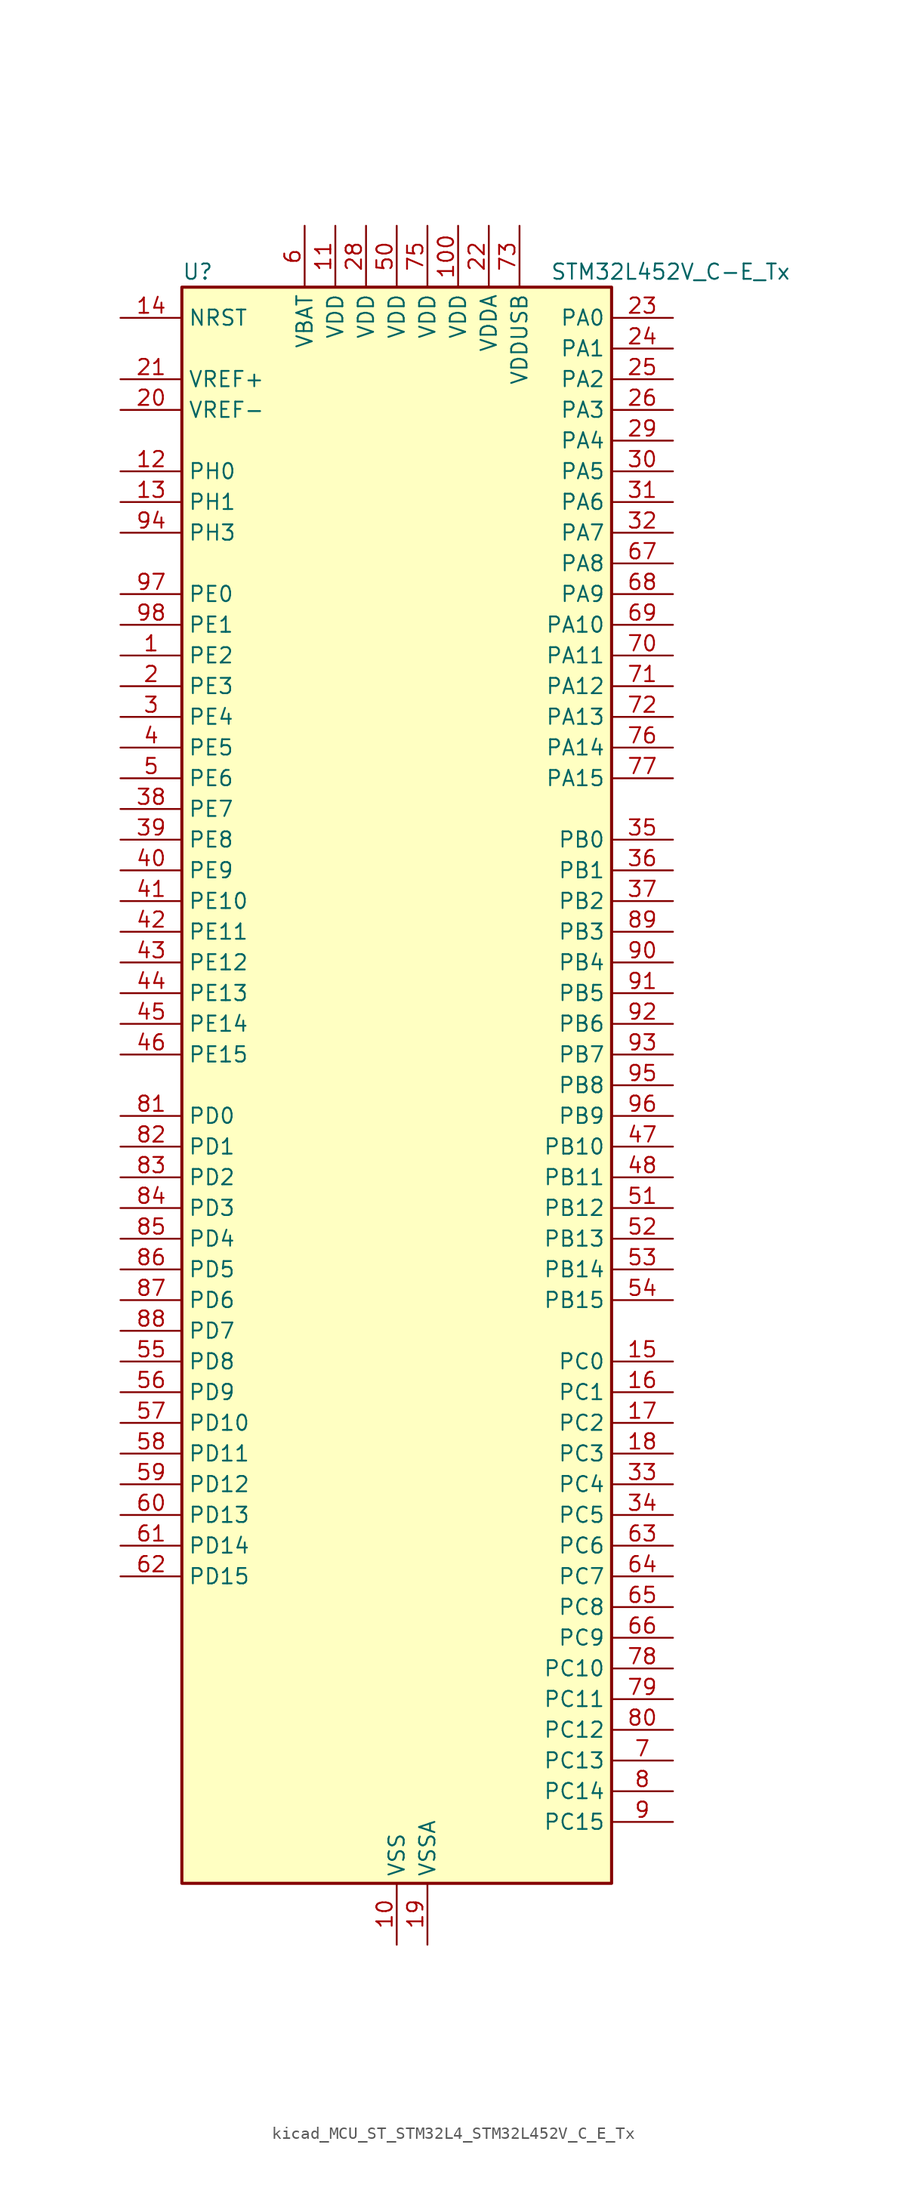
<source format=kicad_sym>
(kicad_symbol_lib
  (version 20220914)
  (generator kicad_symbol_editor)
  (symbol "kicad_MCU_ST_STM32L4_STM32L452V_C_E_Tx"
    (property "Reference" "U"
      (at -17.78 67.31 0)
      (effects (font (size 1.27 1.27)) (justify left)))
    (property "Value" "STM32L452V_C-E_Tx"
      (at 12.7 67.31 0)
      (effects (font (size 1.27 1.27)) (justify left)))
    (property "ki_locked" ""
      (at 0 0 0)
      (effects (font (size 1.27 1.27))))
    (symbol "kicad_MCU_ST_STM32L4_STM32L452V_C_E_Tx_0_1"
      (rectangle (start -17.78 -66.04) (end 17.78 66.04) (stroke (width 0.254) (type default)) (fill (type background))))
    (symbol "kicad_MCU_ST_STM32L4_STM32L452V_C_E_Tx_1_1"
      (pin bidirectional line (at -22.86 35.56 0) (length 5.08) (name "PE2" (effects (font (size 1.27 1.27)))) (number "1" (effects (font (size 1.27 1.27)))) (alternate "SAI1_MCLK_A" bidirectional line) (alternate "SYS_TRACECLK" bidirectional line) (alternate "TIM3_ETR" bidirectional line) (alternate "TSC_G7_IO1" bidirectional line))
      (pin power_in line (at 0 -71.12 90) (length 5.08) (name "VSS" (effects (font (size 1.27 1.27)))) (number "10" (effects (font (size 1.27 1.27)))))
      (pin power_in line (at 5.08 71.12 270) (length 5.08) (name "VDD" (effects (font (size 1.27 1.27)))) (number "100" (effects (font (size 1.27 1.27)))))
      (pin power_in line (at -5.08 71.12 270) (length 5.08) (name "VDD" (effects (font (size 1.27 1.27)))) (number "11" (effects (font (size 1.27 1.27)))))
      (pin bidirectional line (at -22.86 50.8 0) (length 5.08) (name "PH0" (effects (font (size 1.27 1.27)))) (number "12" (effects (font (size 1.27 1.27)))) (alternate "RCC_OSC_IN" bidirectional line))
      (pin bidirectional line (at -22.86 48.26 0) (length 5.08) (name "PH1" (effects (font (size 1.27 1.27)))) (number "13" (effects (font (size 1.27 1.27)))) (alternate "RCC_OSC_OUT" bidirectional line))
      (pin input line (at -22.86 63.5 0) (length 5.08) (name "NRST" (effects (font (size 1.27 1.27)))) (number "14" (effects (font (size 1.27 1.27)))))
      (pin bidirectional line (at 22.86 -22.86 180) (length 5.08) (name "PC0" (effects (font (size 1.27 1.27)))) (number "15" (effects (font (size 1.27 1.27)))) (alternate "ADC1_IN1" bidirectional line) (alternate "I2C3_SCL" bidirectional line) (alternate "I2C4_SCL" bidirectional line) (alternate "LPTIM1_IN1" bidirectional line) (alternate "LPTIM2_IN1" bidirectional line) (alternate "LPUART1_RX" bidirectional line))
      (pin bidirectional line (at 22.86 -25.4 180) (length 5.08) (name "PC1" (effects (font (size 1.27 1.27)))) (number "16" (effects (font (size 1.27 1.27)))) (alternate "ADC1_IN2" bidirectional line) (alternate "I2C3_SDA" bidirectional line) (alternate "I2C4_SDA" bidirectional line) (alternate "LPTIM1_OUT" bidirectional line) (alternate "LPUART1_TX" bidirectional line) (alternate "SYS_TRACED0" bidirectional line))
      (pin bidirectional line (at 22.86 -27.94 180) (length 5.08) (name "PC2" (effects (font (size 1.27 1.27)))) (number "17" (effects (font (size 1.27 1.27)))) (alternate "ADC1_IN3" bidirectional line) (alternate "DFSDM1_CKOUT" bidirectional line) (alternate "LPTIM1_IN2" bidirectional line) (alternate "SPI2_MISO" bidirectional line))
      (pin bidirectional line (at 22.86 -30.48 180) (length 5.08) (name "PC3" (effects (font (size 1.27 1.27)))) (number "18" (effects (font (size 1.27 1.27)))) (alternate "ADC1_IN4" bidirectional line) (alternate "LPTIM1_ETR" bidirectional line) (alternate "LPTIM2_ETR" bidirectional line) (alternate "SAI1_SD_A" bidirectional line) (alternate "SPI2_MOSI" bidirectional line))
      (pin power_in line (at 2.54 -71.12 90) (length 5.08) (name "VSSA" (effects (font (size 1.27 1.27)))) (number "19" (effects (font (size 1.27 1.27)))))
      (pin bidirectional line (at -22.86 33.02 0) (length 5.08) (name "PE3" (effects (font (size 1.27 1.27)))) (number "2" (effects (font (size 1.27 1.27)))) (alternate "SAI1_SD_B" bidirectional line) (alternate "SYS_TRACED0" bidirectional line) (alternate "TIM3_CH1" bidirectional line) (alternate "TSC_G7_IO2" bidirectional line))
      (pin input line (at -22.86 55.88 0) (length 5.08) (name "VREF-" (effects (font (size 1.27 1.27)))) (number "20" (effects (font (size 1.27 1.27)))))
      (pin input line (at -22.86 58.42 0) (length 5.08) (name "VREF+" (effects (font (size 1.27 1.27)))) (number "21" (effects (font (size 1.27 1.27)))) (alternate "VREFBUF_OUT" bidirectional line))
      (pin power_in line (at 7.62 71.12 270) (length 5.08) (name "VDDA" (effects (font (size 1.27 1.27)))) (number "22" (effects (font (size 1.27 1.27)))))
      (pin bidirectional line (at 22.86 63.5 180) (length 5.08) (name "PA0" (effects (font (size 1.27 1.27)))) (number "23" (effects (font (size 1.27 1.27)))) (alternate "ADC1_IN5" bidirectional line) (alternate "COMP1_INM" bidirectional line) (alternate "COMP1_OUT" bidirectional line) (alternate "OPAMP1_VINP" bidirectional line) (alternate "RTC_TAMP2" bidirectional line) (alternate "SAI1_EXTCLK" bidirectional line) (alternate "SYS_WKUP1" bidirectional line) (alternate "TIM2_CH1" bidirectional line) (alternate "TIM2_ETR" bidirectional line) (alternate "UART4_TX" bidirectional line) (alternate "USART2_CTS" bidirectional line))
      (pin bidirectional line (at 22.86 60.96 180) (length 5.08) (name "PA1" (effects (font (size 1.27 1.27)))) (number "24" (effects (font (size 1.27 1.27)))) (alternate "ADC1_IN6" bidirectional line) (alternate "COMP1_INP" bidirectional line) (alternate "I2C1_SMBA" bidirectional line) (alternate "OPAMP1_VINM" bidirectional line) (alternate "SPI1_SCK" bidirectional line) (alternate "TIM15_CH1N" bidirectional line) (alternate "TIM2_CH2" bidirectional line) (alternate "UART4_RX" bidirectional line) (alternate "USART2_DE" bidirectional line) (alternate "USART2_RTS" bidirectional line))
      (pin bidirectional line (at 22.86 58.42 180) (length 5.08) (name "PA2" (effects (font (size 1.27 1.27)))) (number "25" (effects (font (size 1.27 1.27)))) (alternate "ADC1_IN7" bidirectional line) (alternate "COMP2_INM" bidirectional line) (alternate "COMP2_OUT" bidirectional line) (alternate "LPUART1_TX" bidirectional line) (alternate "QUADSPI_BK1_NCS" bidirectional line) (alternate "RCC_LSCO" bidirectional line) (alternate "SYS_WKUP4" bidirectional line) (alternate "TIM15_CH1" bidirectional line) (alternate "TIM2_CH3" bidirectional line) (alternate "USART2_TX" bidirectional line))
      (pin bidirectional line (at 22.86 55.88 180) (length 5.08) (name "PA3" (effects (font (size 1.27 1.27)))) (number "26" (effects (font (size 1.27 1.27)))) (alternate "ADC1_IN8" bidirectional line) (alternate "COMP2_INP" bidirectional line) (alternate "LPUART1_RX" bidirectional line) (alternate "OPAMP1_VOUT" bidirectional line) (alternate "QUADSPI_CLK" bidirectional line) (alternate "SAI1_MCLK_A" bidirectional line) (alternate "TIM15_CH2" bidirectional line) (alternate "TIM2_CH4" bidirectional line) (alternate "USART2_RX" bidirectional line))
      (pin passive line (at 0 -71.12 90) (length 5.08) hide (name "VSS" (effects (font (size 1.27 1.27)))) (number "27" (effects (font (size 1.27 1.27)))))
      (pin power_in line (at -2.54 71.12 270) (length 5.08) (name "VDD" (effects (font (size 1.27 1.27)))) (number "28" (effects (font (size 1.27 1.27)))))
      (pin bidirectional line (at 22.86 53.34 180) (length 5.08) (name "PA4" (effects (font (size 1.27 1.27)))) (number "29" (effects (font (size 1.27 1.27)))) (alternate "ADC1_IN9" bidirectional line) (alternate "COMP1_INM" bidirectional line) (alternate "COMP2_INM" bidirectional line) (alternate "DAC1_OUT1" bidirectional line) (alternate "LPTIM2_OUT" bidirectional line) (alternate "SAI1_FS_B" bidirectional line) (alternate "SPI1_NSS" bidirectional line) (alternate "SPI3_NSS" bidirectional line) (alternate "USART2_CK" bidirectional line))
      (pin bidirectional line (at -22.86 30.48 0) (length 5.08) (name "PE4" (effects (font (size 1.27 1.27)))) (number "3" (effects (font (size 1.27 1.27)))) (alternate "DFSDM1_DATIN3" bidirectional line) (alternate "SAI1_FS_A" bidirectional line) (alternate "SYS_TRACED1" bidirectional line) (alternate "TIM3_CH2" bidirectional line) (alternate "TSC_G7_IO3" bidirectional line))
      (pin bidirectional line (at 22.86 50.8 180) (length 5.08) (name "PA5" (effects (font (size 1.27 1.27)))) (number "30" (effects (font (size 1.27 1.27)))) (alternate "ADC1_IN10" bidirectional line) (alternate "COMP1_INM" bidirectional line) (alternate "COMP2_INM" bidirectional line) (alternate "DFSDM1_CKOUT" bidirectional line) (alternate "LPTIM2_ETR" bidirectional line) (alternate "SPI1_SCK" bidirectional line) (alternate "TIM2_CH1" bidirectional line) (alternate "TIM2_ETR" bidirectional line))
      (pin bidirectional line (at 22.86 48.26 180) (length 5.08) (name "PA6" (effects (font (size 1.27 1.27)))) (number "31" (effects (font (size 1.27 1.27)))) (alternate "ADC1_IN11" bidirectional line) (alternate "COMP1_OUT" bidirectional line) (alternate "LPUART1_CTS" bidirectional line) (alternate "QUADSPI_BK1_IO3" bidirectional line) (alternate "SPI1_MISO" bidirectional line) (alternate "TIM16_CH1" bidirectional line) (alternate "TIM1_BKIN" bidirectional line) (alternate "TIM1_BKIN_COMP2" bidirectional line) (alternate "TIM3_CH1" bidirectional line) (alternate "USART3_CTS" bidirectional line))
      (pin bidirectional line (at 22.86 45.72 180) (length 5.08) (name "PA7" (effects (font (size 1.27 1.27)))) (number "32" (effects (font (size 1.27 1.27)))) (alternate "ADC1_IN12" bidirectional line) (alternate "COMP2_OUT" bidirectional line) (alternate "DFSDM1_DATIN0" bidirectional line) (alternate "I2C3_SCL" bidirectional line) (alternate "QUADSPI_BK1_IO2" bidirectional line) (alternate "SPI1_MOSI" bidirectional line) (alternate "TIM1_CH1N" bidirectional line) (alternate "TIM3_CH2" bidirectional line))
      (pin bidirectional line (at 22.86 -33.02 180) (length 5.08) (name "PC4" (effects (font (size 1.27 1.27)))) (number "33" (effects (font (size 1.27 1.27)))) (alternate "ADC1_IN13" bidirectional line) (alternate "COMP1_INM" bidirectional line) (alternate "USART3_TX" bidirectional line))
      (pin bidirectional line (at 22.86 -35.56 180) (length 5.08) (name "PC5" (effects (font (size 1.27 1.27)))) (number "34" (effects (font (size 1.27 1.27)))) (alternate "ADC1_IN14" bidirectional line) (alternate "COMP1_INP" bidirectional line) (alternate "SYS_WKUP5" bidirectional line) (alternate "USART3_RX" bidirectional line))
      (pin bidirectional line (at 22.86 20.32 180) (length 5.08) (name "PB0" (effects (font (size 1.27 1.27)))) (number "35" (effects (font (size 1.27 1.27)))) (alternate "ADC1_IN15" bidirectional line) (alternate "COMP1_OUT" bidirectional line) (alternate "DFSDM1_CKIN0" bidirectional line) (alternate "QUADSPI_BK1_IO1" bidirectional line) (alternate "SAI1_EXTCLK" bidirectional line) (alternate "SPI1_NSS" bidirectional line) (alternate "TIM1_CH2N" bidirectional line) (alternate "TIM3_CH3" bidirectional line) (alternate "USART3_CK" bidirectional line))
      (pin bidirectional line (at 22.86 17.78 180) (length 5.08) (name "PB1" (effects (font (size 1.27 1.27)))) (number "36" (effects (font (size 1.27 1.27)))) (alternate "ADC1_IN16" bidirectional line) (alternate "COMP1_INM" bidirectional line) (alternate "DFSDM1_DATIN0" bidirectional line) (alternate "LPTIM2_IN1" bidirectional line) (alternate "LPUART1_DE" bidirectional line) (alternate "LPUART1_RTS" bidirectional line) (alternate "QUADSPI_BK1_IO0" bidirectional line) (alternate "TIM1_CH3N" bidirectional line) (alternate "TIM3_CH4" bidirectional line) (alternate "USART3_DE" bidirectional line) (alternate "USART3_RTS" bidirectional line))
      (pin bidirectional line (at 22.86 15.24 180) (length 5.08) (name "PB2" (effects (font (size 1.27 1.27)))) (number "37" (effects (font (size 1.27 1.27)))) (alternate "COMP1_INP" bidirectional line) (alternate "DFSDM1_CKIN0" bidirectional line) (alternate "I2C3_SMBA" bidirectional line) (alternate "LPTIM1_OUT" bidirectional line) (alternate "RTC_OUT_ALARM" bidirectional line) (alternate "RTC_OUT_CALIB" bidirectional line))
      (pin bidirectional line (at -22.86 22.86 0) (length 5.08) (name "PE7" (effects (font (size 1.27 1.27)))) (number "38" (effects (font (size 1.27 1.27)))) (alternate "DFSDM1_DATIN2" bidirectional line) (alternate "SAI1_SD_B" bidirectional line) (alternate "TIM1_ETR" bidirectional line))
      (pin bidirectional line (at -22.86 20.32 0) (length 5.08) (name "PE8" (effects (font (size 1.27 1.27)))) (number "39" (effects (font (size 1.27 1.27)))) (alternate "DFSDM1_CKIN2" bidirectional line) (alternate "SAI1_SCK_B" bidirectional line) (alternate "TIM1_CH1N" bidirectional line))
      (pin bidirectional line (at -22.86 27.94 0) (length 5.08) (name "PE5" (effects (font (size 1.27 1.27)))) (number "4" (effects (font (size 1.27 1.27)))) (alternate "DFSDM1_CKIN3" bidirectional line) (alternate "SAI1_SCK_A" bidirectional line) (alternate "SYS_TRACED2" bidirectional line) (alternate "TIM3_CH3" bidirectional line) (alternate "TSC_G7_IO4" bidirectional line))
      (pin bidirectional line (at -22.86 17.78 0) (length 5.08) (name "PE9" (effects (font (size 1.27 1.27)))) (number "40" (effects (font (size 1.27 1.27)))) (alternate "DAC1_EXTI9" bidirectional line) (alternate "DFSDM1_CKOUT" bidirectional line) (alternate "SAI1_FS_B" bidirectional line) (alternate "TIM1_CH1" bidirectional line))
      (pin bidirectional line (at -22.86 15.24 0) (length 5.08) (name "PE10" (effects (font (size 1.27 1.27)))) (number "41" (effects (font (size 1.27 1.27)))) (alternate "QUADSPI_CLK" bidirectional line) (alternate "SAI1_MCLK_B" bidirectional line) (alternate "TIM1_CH2N" bidirectional line) (alternate "TSC_G5_IO1" bidirectional line))
      (pin bidirectional line (at -22.86 12.7 0) (length 5.08) (name "PE11" (effects (font (size 1.27 1.27)))) (number "42" (effects (font (size 1.27 1.27)))) (alternate "ADC1_EXTI11" bidirectional line) (alternate "QUADSPI_BK1_NCS" bidirectional line) (alternate "TIM1_CH2" bidirectional line) (alternate "TSC_G5_IO2" bidirectional line))
      (pin bidirectional line (at -22.86 10.16 0) (length 5.08) (name "PE12" (effects (font (size 1.27 1.27)))) (number "43" (effects (font (size 1.27 1.27)))) (alternate "QUADSPI_BK1_IO0" bidirectional line) (alternate "SPI1_NSS" bidirectional line) (alternate "TIM1_CH3N" bidirectional line) (alternate "TSC_G5_IO3" bidirectional line))
      (pin bidirectional line (at -22.86 7.62 0) (length 5.08) (name "PE13" (effects (font (size 1.27 1.27)))) (number "44" (effects (font (size 1.27 1.27)))) (alternate "QUADSPI_BK1_IO1" bidirectional line) (alternate "SPI1_SCK" bidirectional line) (alternate "TIM1_CH3" bidirectional line) (alternate "TSC_G5_IO4" bidirectional line))
      (pin bidirectional line (at -22.86 5.08 0) (length 5.08) (name "PE14" (effects (font (size 1.27 1.27)))) (number "45" (effects (font (size 1.27 1.27)))) (alternate "QUADSPI_BK1_IO2" bidirectional line) (alternate "SPI1_MISO" bidirectional line) (alternate "TIM1_BKIN2" bidirectional line) (alternate "TIM1_BKIN2_COMP2" bidirectional line) (alternate "TIM1_CH4" bidirectional line))
      (pin bidirectional line (at -22.86 2.54 0) (length 5.08) (name "PE15" (effects (font (size 1.27 1.27)))) (number "46" (effects (font (size 1.27 1.27)))) (alternate "ADC1_EXTI15" bidirectional line) (alternate "QUADSPI_BK1_IO3" bidirectional line) (alternate "SPI1_MOSI" bidirectional line) (alternate "TIM1_BKIN" bidirectional line) (alternate "TIM1_BKIN_COMP1" bidirectional line))
      (pin bidirectional line (at 22.86 -5.08 180) (length 5.08) (name "PB10" (effects (font (size 1.27 1.27)))) (number "47" (effects (font (size 1.27 1.27)))) (alternate "COMP1_OUT" bidirectional line) (alternate "I2C2_SCL" bidirectional line) (alternate "I2C4_SCL" bidirectional line) (alternate "LPUART1_RX" bidirectional line) (alternate "QUADSPI_CLK" bidirectional line) (alternate "SAI1_SCK_A" bidirectional line) (alternate "SPI2_SCK" bidirectional line) (alternate "TIM2_CH3" bidirectional line) (alternate "TSC_SYNC" bidirectional line) (alternate "USART3_TX" bidirectional line))
      (pin bidirectional line (at 22.86 -7.62 180) (length 5.08) (name "PB11" (effects (font (size 1.27 1.27)))) (number "48" (effects (font (size 1.27 1.27)))) (alternate "ADC1_EXTI11" bidirectional line) (alternate "COMP2_OUT" bidirectional line) (alternate "I2C2_SDA" bidirectional line) (alternate "I2C4_SDA" bidirectional line) (alternate "LPUART1_TX" bidirectional line) (alternate "QUADSPI_BK1_NCS" bidirectional line) (alternate "TIM2_CH4" bidirectional line) (alternate "USART3_RX" bidirectional line))
      (pin passive line (at 0 -71.12 90) (length 5.08) hide (name "VSS" (effects (font (size 1.27 1.27)))) (number "49" (effects (font (size 1.27 1.27)))))
      (pin bidirectional line (at -22.86 25.4 0) (length 5.08) (name "PE6" (effects (font (size 1.27 1.27)))) (number "5" (effects (font (size 1.27 1.27)))) (alternate "RTC_TAMP3" bidirectional line) (alternate "SAI1_SD_A" bidirectional line) (alternate "SYS_TRACED3" bidirectional line) (alternate "SYS_WKUP3" bidirectional line) (alternate "TIM3_CH4" bidirectional line))
      (pin power_in line (at 0 71.12 270) (length 5.08) (name "VDD" (effects (font (size 1.27 1.27)))) (number "50" (effects (font (size 1.27 1.27)))))
      (pin bidirectional line (at 22.86 -10.16 180) (length 5.08) (name "PB12" (effects (font (size 1.27 1.27)))) (number "51" (effects (font (size 1.27 1.27)))) (alternate "CAN1_RX" bidirectional line) (alternate "DFSDM1_DATIN1" bidirectional line) (alternate "I2C2_SMBA" bidirectional line) (alternate "LPUART1_DE" bidirectional line) (alternate "LPUART1_RTS" bidirectional line) (alternate "SAI1_FS_A" bidirectional line) (alternate "SPI2_NSS" bidirectional line) (alternate "TIM15_BKIN" bidirectional line) (alternate "TIM1_BKIN" bidirectional line) (alternate "TIM1_BKIN_COMP2" bidirectional line) (alternate "TSC_G1_IO1" bidirectional line) (alternate "USART3_CK" bidirectional line))
      (pin bidirectional line (at 22.86 -12.7 180) (length 5.08) (name "PB13" (effects (font (size 1.27 1.27)))) (number "52" (effects (font (size 1.27 1.27)))) (alternate "CAN1_TX" bidirectional line) (alternate "DFSDM1_CKIN1" bidirectional line) (alternate "I2C2_SCL" bidirectional line) (alternate "LPUART1_CTS" bidirectional line) (alternate "SAI1_SCK_A" bidirectional line) (alternate "SPI2_SCK" bidirectional line) (alternate "TIM15_CH1N" bidirectional line) (alternate "TIM1_CH1N" bidirectional line) (alternate "TSC_G1_IO2" bidirectional line) (alternate "USART3_CTS" bidirectional line))
      (pin bidirectional line (at 22.86 -15.24 180) (length 5.08) (name "PB14" (effects (font (size 1.27 1.27)))) (number "53" (effects (font (size 1.27 1.27)))) (alternate "DFSDM1_DATIN2" bidirectional line) (alternate "I2C2_SDA" bidirectional line) (alternate "SAI1_MCLK_A" bidirectional line) (alternate "SPI2_MISO" bidirectional line) (alternate "TIM15_CH1" bidirectional line) (alternate "TIM1_CH2N" bidirectional line) (alternate "TSC_G1_IO3" bidirectional line) (alternate "USART3_DE" bidirectional line) (alternate "USART3_RTS" bidirectional line))
      (pin bidirectional line (at 22.86 -17.78 180) (length 5.08) (name "PB15" (effects (font (size 1.27 1.27)))) (number "54" (effects (font (size 1.27 1.27)))) (alternate "ADC1_EXTI15" bidirectional line) (alternate "DFSDM1_CKIN2" bidirectional line) (alternate "RTC_REFIN" bidirectional line) (alternate "SAI1_SD_A" bidirectional line) (alternate "SPI2_MOSI" bidirectional line) (alternate "TIM15_CH2" bidirectional line) (alternate "TIM1_CH3N" bidirectional line) (alternate "TSC_G1_IO4" bidirectional line))
      (pin bidirectional line (at -22.86 -22.86 0) (length 5.08) (name "PD8" (effects (font (size 1.27 1.27)))) (number "55" (effects (font (size 1.27 1.27)))) (alternate "USART3_TX" bidirectional line))
      (pin bidirectional line (at -22.86 -25.4 0) (length 5.08) (name "PD9" (effects (font (size 1.27 1.27)))) (number "56" (effects (font (size 1.27 1.27)))) (alternate "DAC1_EXTI9" bidirectional line) (alternate "USART3_RX" bidirectional line))
      (pin bidirectional line (at -22.86 -27.94 0) (length 5.08) (name "PD10" (effects (font (size 1.27 1.27)))) (number "57" (effects (font (size 1.27 1.27)))) (alternate "TSC_G6_IO1" bidirectional line) (alternate "USART3_CK" bidirectional line))
      (pin bidirectional line (at -22.86 -30.48 0) (length 5.08) (name "PD11" (effects (font (size 1.27 1.27)))) (number "58" (effects (font (size 1.27 1.27)))) (alternate "ADC1_EXTI11" bidirectional line) (alternate "I2C4_SMBA" bidirectional line) (alternate "LPTIM2_ETR" bidirectional line) (alternate "TSC_G6_IO2" bidirectional line) (alternate "USART3_CTS" bidirectional line))
      (pin bidirectional line (at -22.86 -33.02 0) (length 5.08) (name "PD12" (effects (font (size 1.27 1.27)))) (number "59" (effects (font (size 1.27 1.27)))) (alternate "I2C4_SCL" bidirectional line) (alternate "LPTIM2_IN1" bidirectional line) (alternate "TSC_G6_IO3" bidirectional line) (alternate "USART3_DE" bidirectional line) (alternate "USART3_RTS" bidirectional line))
      (pin power_in line (at -7.62 71.12 270) (length 5.08) (name "VBAT" (effects (font (size 1.27 1.27)))) (number "6" (effects (font (size 1.27 1.27)))))
      (pin bidirectional line (at -22.86 -35.56 0) (length 5.08) (name "PD13" (effects (font (size 1.27 1.27)))) (number "60" (effects (font (size 1.27 1.27)))) (alternate "I2C4_SDA" bidirectional line) (alternate "LPTIM2_OUT" bidirectional line) (alternate "TSC_G6_IO4" bidirectional line))
      (pin bidirectional line (at -22.86 -38.1 0) (length 5.08) (name "PD14" (effects (font (size 1.27 1.27)))) (number "61" (effects (font (size 1.27 1.27)))))
      (pin bidirectional line (at -22.86 -40.64 0) (length 5.08) (name "PD15" (effects (font (size 1.27 1.27)))) (number "62" (effects (font (size 1.27 1.27)))) (alternate "ADC1_EXTI15" bidirectional line))
      (pin bidirectional line (at 22.86 -38.1 180) (length 5.08) (name "PC6" (effects (font (size 1.27 1.27)))) (number "63" (effects (font (size 1.27 1.27)))) (alternate "DFSDM1_CKIN3" bidirectional line) (alternate "SDMMC1_D6" bidirectional line) (alternate "TIM3_CH1" bidirectional line) (alternate "TSC_G4_IO1" bidirectional line))
      (pin bidirectional line (at 22.86 -40.64 180) (length 5.08) (name "PC7" (effects (font (size 1.27 1.27)))) (number "64" (effects (font (size 1.27 1.27)))) (alternate "DFSDM1_DATIN3" bidirectional line) (alternate "SDMMC1_D7" bidirectional line) (alternate "TIM3_CH2" bidirectional line) (alternate "TSC_G4_IO2" bidirectional line))
      (pin bidirectional line (at 22.86 -43.18 180) (length 5.08) (name "PC8" (effects (font (size 1.27 1.27)))) (number "65" (effects (font (size 1.27 1.27)))) (alternate "SDMMC1_D0" bidirectional line) (alternate "TIM3_CH3" bidirectional line) (alternate "TSC_G4_IO3" bidirectional line))
      (pin bidirectional line (at 22.86 -45.72 180) (length 5.08) (name "PC9" (effects (font (size 1.27 1.27)))) (number "66" (effects (font (size 1.27 1.27)))) (alternate "DAC1_EXTI9" bidirectional line) (alternate "SDMMC1_D1" bidirectional line) (alternate "TIM3_CH4" bidirectional line) (alternate "TSC_G4_IO4" bidirectional line) (alternate "USB_NOE" bidirectional line))
      (pin bidirectional line (at 22.86 43.18 180) (length 5.08) (name "PA8" (effects (font (size 1.27 1.27)))) (number "67" (effects (font (size 1.27 1.27)))) (alternate "DFSDM1_CKIN1" bidirectional line) (alternate "LPTIM2_OUT" bidirectional line) (alternate "RCC_MCO" bidirectional line) (alternate "SAI1_SCK_A" bidirectional line) (alternate "TIM1_CH1" bidirectional line) (alternate "USART1_CK" bidirectional line))
      (pin bidirectional line (at 22.86 40.64 180) (length 5.08) (name "PA9" (effects (font (size 1.27 1.27)))) (number "68" (effects (font (size 1.27 1.27)))) (alternate "DAC1_EXTI9" bidirectional line) (alternate "DFSDM1_DATIN1" bidirectional line) (alternate "I2C1_SCL" bidirectional line) (alternate "SAI1_FS_A" bidirectional line) (alternate "TIM15_BKIN" bidirectional line) (alternate "TIM1_CH2" bidirectional line) (alternate "USART1_TX" bidirectional line))
      (pin bidirectional line (at 22.86 38.1 180) (length 5.08) (name "PA10" (effects (font (size 1.27 1.27)))) (number "69" (effects (font (size 1.27 1.27)))) (alternate "CRS_SYNC" bidirectional line) (alternate "I2C1_SDA" bidirectional line) (alternate "SAI1_SD_A" bidirectional line) (alternate "TIM1_CH3" bidirectional line) (alternate "USART1_RX" bidirectional line))
      (pin bidirectional line (at 22.86 -55.88 180) (length 5.08) (name "PC13" (effects (font (size 1.27 1.27)))) (number "7" (effects (font (size 1.27 1.27)))) (alternate "RTC_OUT_ALARM" bidirectional line) (alternate "RTC_OUT_CALIB" bidirectional line) (alternate "RTC_TAMP1" bidirectional line) (alternate "RTC_TS" bidirectional line) (alternate "SYS_WKUP2" bidirectional line))
      (pin bidirectional line (at 22.86 35.56 180) (length 5.08) (name "PA11" (effects (font (size 1.27 1.27)))) (number "70" (effects (font (size 1.27 1.27)))) (alternate "ADC1_EXTI11" bidirectional line) (alternate "CAN1_RX" bidirectional line) (alternate "COMP1_OUT" bidirectional line) (alternate "SPI1_MISO" bidirectional line) (alternate "TIM1_BKIN2" bidirectional line) (alternate "TIM1_BKIN2_COMP1" bidirectional line) (alternate "TIM1_CH4" bidirectional line) (alternate "USART1_CTS" bidirectional line) (alternate "USB_DM" bidirectional line))
      (pin bidirectional line (at 22.86 33.02 180) (length 5.08) (name "PA12" (effects (font (size 1.27 1.27)))) (number "71" (effects (font (size 1.27 1.27)))) (alternate "CAN1_TX" bidirectional line) (alternate "SPI1_MOSI" bidirectional line) (alternate "TIM1_ETR" bidirectional line) (alternate "USART1_DE" bidirectional line) (alternate "USART1_RTS" bidirectional line) (alternate "USB_DP" bidirectional line))
      (pin bidirectional line (at 22.86 30.48 180) (length 5.08) (name "PA13" (effects (font (size 1.27 1.27)))) (number "72" (effects (font (size 1.27 1.27)))) (alternate "IR_OUT" bidirectional line) (alternate "SAI1_SD_B" bidirectional line) (alternate "SYS_JTMS-SWDIO" bidirectional line) (alternate "USB_NOE" bidirectional line))
      (pin power_in line (at 10.16 71.12 270) (length 5.08) (name "VDDUSB" (effects (font (size 1.27 1.27)))) (number "73" (effects (font (size 1.27 1.27)))))
      (pin passive line (at 0 -71.12 90) (length 5.08) hide (name "VSS" (effects (font (size 1.27 1.27)))) (number "74" (effects (font (size 1.27 1.27)))))
      (pin power_in line (at 2.54 71.12 270) (length 5.08) (name "VDD" (effects (font (size 1.27 1.27)))) (number "75" (effects (font (size 1.27 1.27)))))
      (pin bidirectional line (at 22.86 27.94 180) (length 5.08) (name "PA14" (effects (font (size 1.27 1.27)))) (number "76" (effects (font (size 1.27 1.27)))) (alternate "I2C1_SMBA" bidirectional line) (alternate "I2C4_SMBA" bidirectional line) (alternate "LPTIM1_OUT" bidirectional line) (alternate "SAI1_FS_B" bidirectional line) (alternate "SYS_JTCK-SWCLK" bidirectional line))
      (pin bidirectional line (at 22.86 25.4 180) (length 5.08) (name "PA15" (effects (font (size 1.27 1.27)))) (number "77" (effects (font (size 1.27 1.27)))) (alternate "ADC1_EXTI15" bidirectional line) (alternate "SPI1_NSS" bidirectional line) (alternate "SPI3_NSS" bidirectional line) (alternate "SYS_JTDI" bidirectional line) (alternate "TIM2_CH1" bidirectional line) (alternate "TIM2_ETR" bidirectional line) (alternate "TSC_G3_IO1" bidirectional line) (alternate "UART4_DE" bidirectional line) (alternate "UART4_RTS" bidirectional line) (alternate "USART2_RX" bidirectional line) (alternate "USART3_DE" bidirectional line) (alternate "USART3_RTS" bidirectional line))
      (pin bidirectional line (at 22.86 -48.26 180) (length 5.08) (name "PC10" (effects (font (size 1.27 1.27)))) (number "78" (effects (font (size 1.27 1.27)))) (alternate "SDMMC1_D2" bidirectional line) (alternate "SPI3_SCK" bidirectional line) (alternate "SYS_TRACED1" bidirectional line) (alternate "TSC_G3_IO2" bidirectional line) (alternate "UART4_TX" bidirectional line) (alternate "USART3_TX" bidirectional line))
      (pin bidirectional line (at 22.86 -50.8 180) (length 5.08) (name "PC11" (effects (font (size 1.27 1.27)))) (number "79" (effects (font (size 1.27 1.27)))) (alternate "ADC1_EXTI11" bidirectional line) (alternate "SDMMC1_D3" bidirectional line) (alternate "SPI3_MISO" bidirectional line) (alternate "TSC_G3_IO3" bidirectional line) (alternate "UART4_RX" bidirectional line) (alternate "USART3_RX" bidirectional line))
      (pin bidirectional line (at 22.86 -58.42 180) (length 5.08) (name "PC14" (effects (font (size 1.27 1.27)))) (number "8" (effects (font (size 1.27 1.27)))) (alternate "RCC_OSC32_IN" bidirectional line))
      (pin bidirectional line (at 22.86 -53.34 180) (length 5.08) (name "PC12" (effects (font (size 1.27 1.27)))) (number "80" (effects (font (size 1.27 1.27)))) (alternate "SDMMC1_CK" bidirectional line) (alternate "SPI3_MOSI" bidirectional line) (alternate "SYS_TRACED3" bidirectional line) (alternate "TSC_G3_IO4" bidirectional line) (alternate "USART3_CK" bidirectional line))
      (pin bidirectional line (at -22.86 -2.54 0) (length 5.08) (name "PD0" (effects (font (size 1.27 1.27)))) (number "81" (effects (font (size 1.27 1.27)))) (alternate "CAN1_RX" bidirectional line) (alternate "SPI2_NSS" bidirectional line))
      (pin bidirectional line (at -22.86 -5.08 0) (length 5.08) (name "PD1" (effects (font (size 1.27 1.27)))) (number "82" (effects (font (size 1.27 1.27)))) (alternate "CAN1_TX" bidirectional line) (alternate "SPI2_SCK" bidirectional line))
      (pin bidirectional line (at -22.86 -7.62 0) (length 5.08) (name "PD2" (effects (font (size 1.27 1.27)))) (number "83" (effects (font (size 1.27 1.27)))) (alternate "SDMMC1_CMD" bidirectional line) (alternate "SYS_TRACED2" bidirectional line) (alternate "TIM3_ETR" bidirectional line) (alternate "TSC_SYNC" bidirectional line) (alternate "USART3_DE" bidirectional line) (alternate "USART3_RTS" bidirectional line))
      (pin bidirectional line (at -22.86 -10.16 0) (length 5.08) (name "PD3" (effects (font (size 1.27 1.27)))) (number "84" (effects (font (size 1.27 1.27)))) (alternate "DFSDM1_DATIN0" bidirectional line) (alternate "QUADSPI_BK2_NCS" bidirectional line) (alternate "SPI2_MISO" bidirectional line) (alternate "USART2_CTS" bidirectional line))
      (pin bidirectional line (at -22.86 -12.7 0) (length 5.08) (name "PD4" (effects (font (size 1.27 1.27)))) (number "85" (effects (font (size 1.27 1.27)))) (alternate "DFSDM1_CKIN0" bidirectional line) (alternate "QUADSPI_BK2_IO0" bidirectional line) (alternate "SPI2_MOSI" bidirectional line) (alternate "USART2_DE" bidirectional line) (alternate "USART2_RTS" bidirectional line))
      (pin bidirectional line (at -22.86 -15.24 0) (length 5.08) (name "PD5" (effects (font (size 1.27 1.27)))) (number "86" (effects (font (size 1.27 1.27)))) (alternate "QUADSPI_BK2_IO1" bidirectional line) (alternate "USART2_TX" bidirectional line))
      (pin bidirectional line (at -22.86 -17.78 0) (length 5.08) (name "PD6" (effects (font (size 1.27 1.27)))) (number "87" (effects (font (size 1.27 1.27)))) (alternate "DFSDM1_DATIN1" bidirectional line) (alternate "QUADSPI_BK2_IO2" bidirectional line) (alternate "SAI1_SD_A" bidirectional line) (alternate "USART2_RX" bidirectional line))
      (pin bidirectional line (at -22.86 -20.32 0) (length 5.08) (name "PD7" (effects (font (size 1.27 1.27)))) (number "88" (effects (font (size 1.27 1.27)))) (alternate "DFSDM1_CKIN1" bidirectional line) (alternate "QUADSPI_BK2_IO3" bidirectional line) (alternate "USART2_CK" bidirectional line))
      (pin bidirectional line (at 22.86 12.7 180) (length 5.08) (name "PB3" (effects (font (size 1.27 1.27)))) (number "89" (effects (font (size 1.27 1.27)))) (alternate "COMP2_INM" bidirectional line) (alternate "SAI1_SCK_B" bidirectional line) (alternate "SPI1_SCK" bidirectional line) (alternate "SPI3_SCK" bidirectional line) (alternate "SYS_JTDO-SWO" bidirectional line) (alternate "TIM2_CH2" bidirectional line) (alternate "USART1_DE" bidirectional line) (alternate "USART1_RTS" bidirectional line))
      (pin bidirectional line (at 22.86 -60.96 180) (length 5.08) (name "PC15" (effects (font (size 1.27 1.27)))) (number "9" (effects (font (size 1.27 1.27)))) (alternate "ADC1_EXTI15" bidirectional line) (alternate "RCC_OSC32_OUT" bidirectional line))
      (pin bidirectional line (at 22.86 10.16 180) (length 5.08) (name "PB4" (effects (font (size 1.27 1.27)))) (number "90" (effects (font (size 1.27 1.27)))) (alternate "COMP2_INP" bidirectional line) (alternate "I2C3_SDA" bidirectional line) (alternate "SAI1_MCLK_B" bidirectional line) (alternate "SPI1_MISO" bidirectional line) (alternate "SPI3_MISO" bidirectional line) (alternate "SYS_JTRST" bidirectional line) (alternate "TIM3_CH1" bidirectional line) (alternate "TSC_G2_IO1" bidirectional line) (alternate "USART1_CTS" bidirectional line))
      (pin bidirectional line (at 22.86 7.62 180) (length 5.08) (name "PB5" (effects (font (size 1.27 1.27)))) (number "91" (effects (font (size 1.27 1.27)))) (alternate "CAN1_RX" bidirectional line) (alternate "COMP2_OUT" bidirectional line) (alternate "I2C1_SMBA" bidirectional line) (alternate "LPTIM1_IN1" bidirectional line) (alternate "SAI1_SD_B" bidirectional line) (alternate "SPI1_MOSI" bidirectional line) (alternate "SPI3_MOSI" bidirectional line) (alternate "TIM16_BKIN" bidirectional line) (alternate "TIM3_CH2" bidirectional line) (alternate "TSC_G2_IO2" bidirectional line) (alternate "USART1_CK" bidirectional line))
      (pin bidirectional line (at 22.86 5.08 180) (length 5.08) (name "PB6" (effects (font (size 1.27 1.27)))) (number "92" (effects (font (size 1.27 1.27)))) (alternate "CAN1_TX" bidirectional line) (alternate "COMP2_INP" bidirectional line) (alternate "I2C1_SCL" bidirectional line) (alternate "I2C4_SCL" bidirectional line) (alternate "LPTIM1_ETR" bidirectional line) (alternate "SAI1_FS_B" bidirectional line) (alternate "TIM16_CH1N" bidirectional line) (alternate "TSC_G2_IO3" bidirectional line) (alternate "USART1_TX" bidirectional line))
      (pin bidirectional line (at 22.86 2.54 180) (length 5.08) (name "PB7" (effects (font (size 1.27 1.27)))) (number "93" (effects (font (size 1.27 1.27)))) (alternate "COMP2_INM" bidirectional line) (alternate "I2C1_SDA" bidirectional line) (alternate "I2C4_SDA" bidirectional line) (alternate "LPTIM1_IN2" bidirectional line) (alternate "SYS_PVD_IN" bidirectional line) (alternate "TSC_G2_IO4" bidirectional line) (alternate "UART4_CTS" bidirectional line) (alternate "USART1_RX" bidirectional line))
      (pin bidirectional line (at -22.86 45.72 0) (length 5.08) (name "PH3" (effects (font (size 1.27 1.27)))) (number "94" (effects (font (size 1.27 1.27)))))
      (pin bidirectional line (at 22.86 0 180) (length 5.08) (name "PB8" (effects (font (size 1.27 1.27)))) (number "95" (effects (font (size 1.27 1.27)))) (alternate "CAN1_RX" bidirectional line) (alternate "I2C1_SCL" bidirectional line) (alternate "SAI1_MCLK_A" bidirectional line) (alternate "SDMMC1_D4" bidirectional line) (alternate "TIM16_CH1" bidirectional line))
      (pin bidirectional line (at 22.86 -2.54 180) (length 5.08) (name "PB9" (effects (font (size 1.27 1.27)))) (number "96" (effects (font (size 1.27 1.27)))) (alternate "CAN1_TX" bidirectional line) (alternate "DAC1_EXTI9" bidirectional line) (alternate "I2C1_SDA" bidirectional line) (alternate "IR_OUT" bidirectional line) (alternate "SAI1_FS_A" bidirectional line) (alternate "SDMMC1_D5" bidirectional line) (alternate "SPI2_NSS" bidirectional line))
      (pin bidirectional line (at -22.86 40.64 0) (length 5.08) (name "PE0" (effects (font (size 1.27 1.27)))) (number "97" (effects (font (size 1.27 1.27)))) (alternate "TIM16_CH1" bidirectional line))
      (pin bidirectional line (at -22.86 38.1 0) (length 5.08) (name "PE1" (effects (font (size 1.27 1.27)))) (number "98" (effects (font (size 1.27 1.27)))))
      (pin passive line (at 0 -71.12 90) (length 5.08) hide (name "VSS" (effects (font (size 1.27 1.27)))) (number "99" (effects (font (size 1.27 1.27))))))))
</source>
